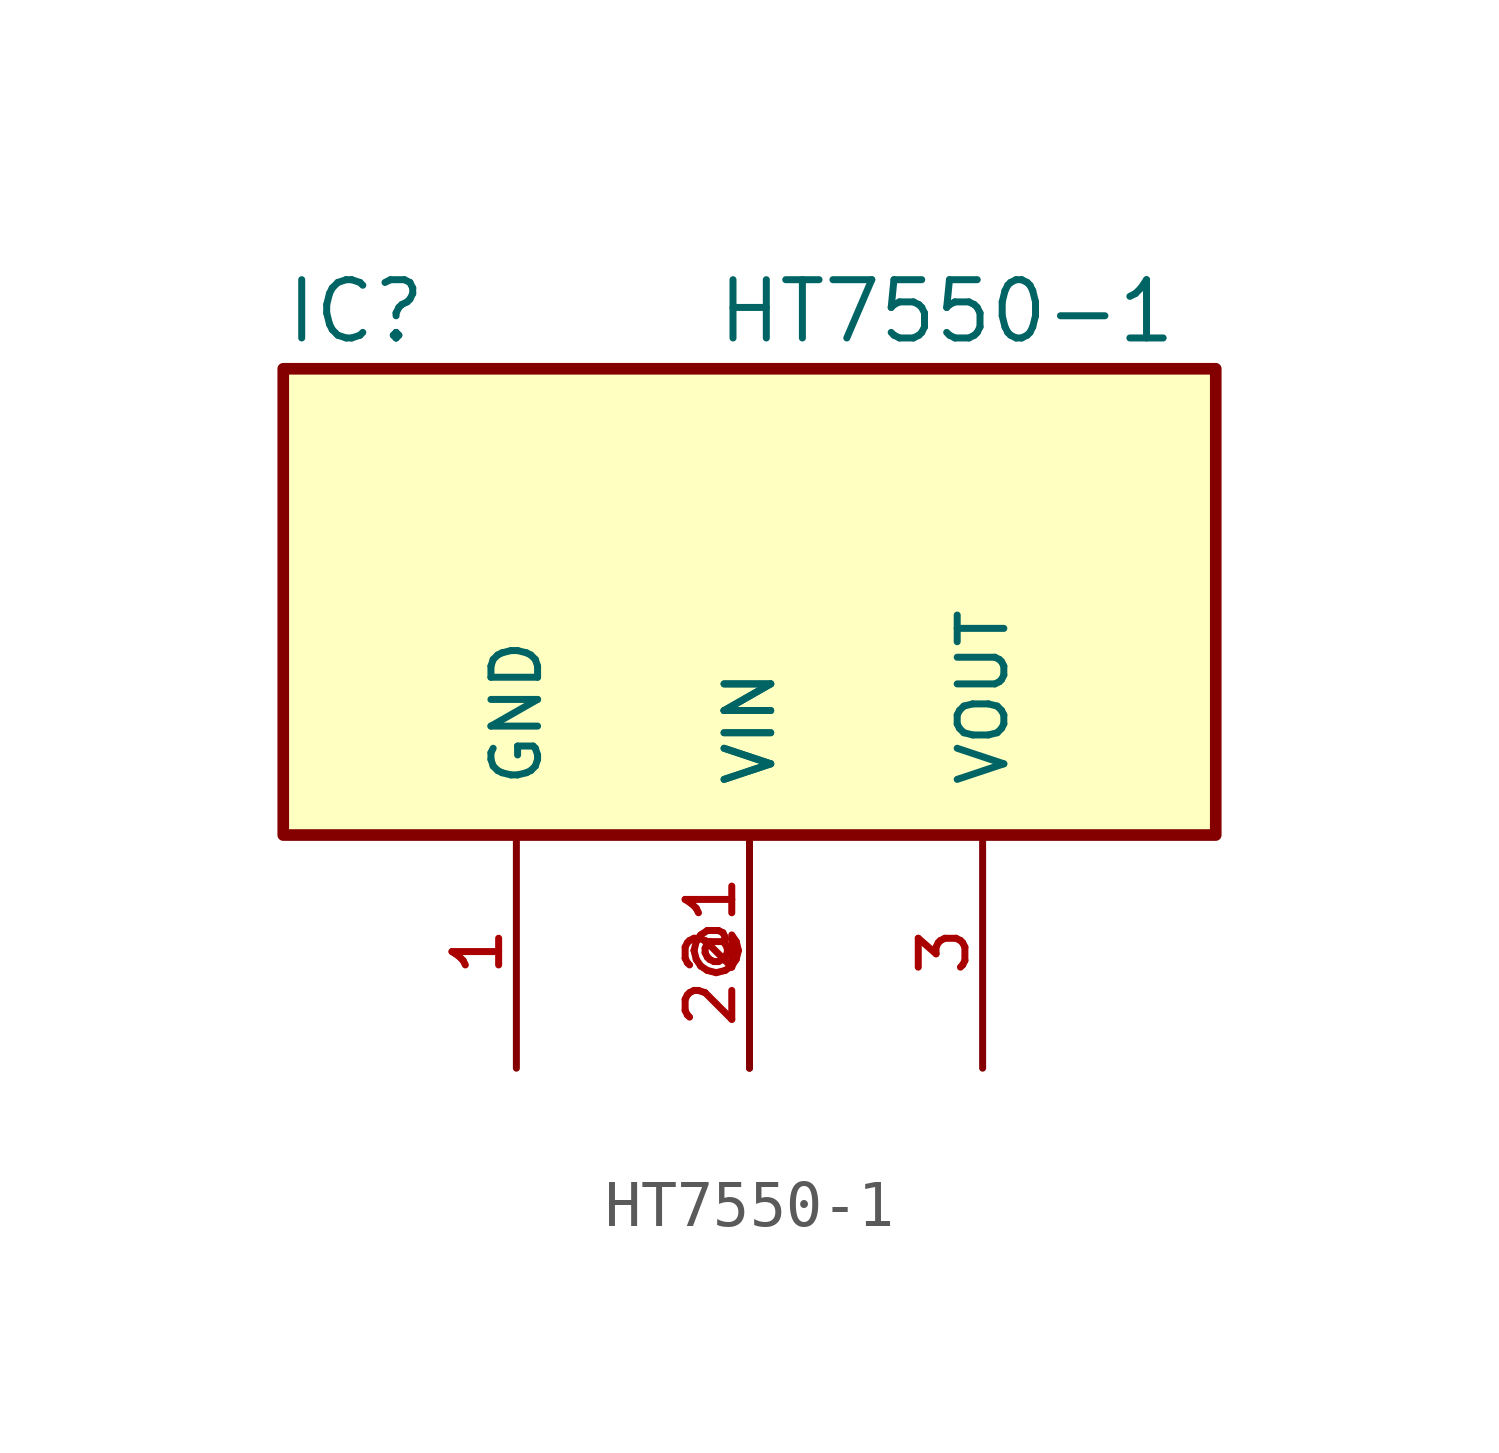
<source format=kicad_sym>
(kicad_symbol_lib
  (version 20211014)
  (generator kicad_symbol_editor)
  (symbol "HT7550-1"
    (pin_names
      (offset 1.016))
    (property "Reference" "IC"
      (at -10.16 10.668 0)
      (effects (font (size 1.27 1.27)) (justify bottom left)))
    (property "Value" "HT7550-1"
      (at -0.762 10.668 0)
      (effects (font (size 1.27 1.27)) (justify bottom left)))
    (symbol "HT7550-1_0_0"
      (rectangle (start -10.16 8.881784197e-16) (end 10.16 10.16) (stroke (width 0.254)) (fill (type background)))
      (pin bidirectional line (at 0.0 -5.08 90.0) (length 5.08) (name "VIN" (effects (font (size 1.016 1.016)))) (number "2" (effects (font (size 1.016 1.016)))))
      (pin bidirectional line (at 0.0 -5.08 90.0) (length 5.08) (name "VIN" (effects (font (size 1.016 1.016)))) (number "2@1" (effects (font (size 1.016 1.016)))))
      (pin bidirectional line (at -5.08 -5.08 90.0) (length 5.08) (name "GND" (effects (font (size 1.016 1.016)))) (number "1" (effects (font (size 1.016 1.016)))))
      (pin bidirectional line (at 5.08 -5.08 90.0) (length 5.08) (name "VOUT" (effects (font (size 1.016 1.016)))) (number "3" (effects (font (size 1.016 1.016))))))))
</source>
